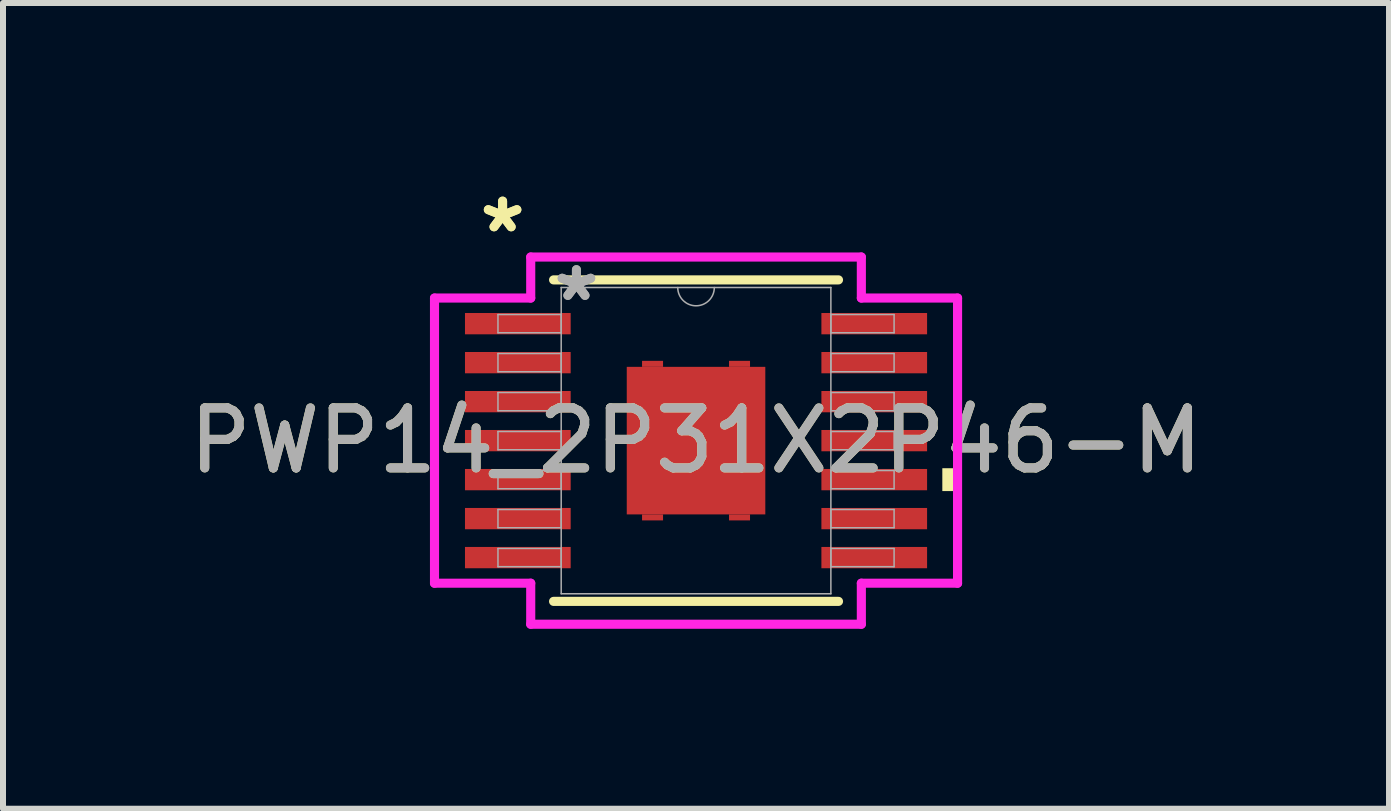
<source format=kicad_pcb>
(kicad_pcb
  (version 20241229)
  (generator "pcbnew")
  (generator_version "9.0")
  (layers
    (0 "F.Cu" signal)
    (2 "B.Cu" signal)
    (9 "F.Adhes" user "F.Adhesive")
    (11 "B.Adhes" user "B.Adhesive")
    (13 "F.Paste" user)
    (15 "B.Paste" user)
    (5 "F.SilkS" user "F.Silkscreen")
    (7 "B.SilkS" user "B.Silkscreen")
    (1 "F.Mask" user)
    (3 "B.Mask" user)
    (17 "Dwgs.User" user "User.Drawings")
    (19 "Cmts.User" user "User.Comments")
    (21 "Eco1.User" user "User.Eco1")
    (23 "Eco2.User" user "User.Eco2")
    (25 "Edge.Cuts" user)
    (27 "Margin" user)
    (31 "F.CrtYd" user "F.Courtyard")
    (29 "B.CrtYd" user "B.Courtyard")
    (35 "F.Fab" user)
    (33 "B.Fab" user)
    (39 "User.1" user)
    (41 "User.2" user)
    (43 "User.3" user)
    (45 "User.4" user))
  (footprint "PWP14_2P31X2P46-M"
    (layer "F.Cu")
    (at 8.554 4.296)
    (property "Reference" "PWP14_2P31X2P46-M" (at 0 0 0) (unlocked yes) (layer "F.SilkS") (effects (font (size 1 1) (thickness 0.15))))
    (attr smd)
    (fp_poly (pts (xy -0.55 -1.23) (xy -0.55 -1.33) (xy -0.9 -1.33) (xy -0.9 -1.23)) (stroke (width 0) (type solid)) (fill yes) (layer "F.Cu"))
    (fp_poly (pts (xy -0.55 1.23) (xy -0.55 1.33) (xy -0.9 1.33) (xy -0.9 1.23)) (stroke (width 0) (type solid)) (fill yes) (layer "F.Cu"))
    (fp_poly (pts (xy 0.55 -1.23) (xy 0.55 -1.33) (xy 0.9 -1.33) (xy 0.9 -1.23)) (stroke (width 0) (type solid)) (fill yes) (layer "F.Cu"))
    (fp_poly (pts (xy 0.55 1.23) (xy 0.55 1.33) (xy 0.9 1.33) (xy 0.9 1.23)) (stroke (width 0) (type solid)) (fill yes) (layer "F.Cu"))
    (fp_poly (pts (xy -0.55 -1.23) (xy -0.55 -1.33) (xy -0.9 -1.33) (xy -0.9 -1.23)) (stroke (width 0) (type solid)) (fill yes) (layer "F.Mask"))
    (fp_poly (pts (xy -0.55 1.23) (xy -0.55 1.33) (xy -0.9 1.33) (xy -0.9 1.23)) (stroke (width 0) (type solid)) (fill yes) (layer "F.Mask"))
    (fp_poly (pts (xy 0.55 -1.23) (xy 0.55 -1.33) (xy 0.9 -1.33) (xy 0.9 -1.23)) (stroke (width 0) (type solid)) (fill yes) (layer "F.Mask"))
    (fp_poly (pts (xy 0.55 1.23) (xy 0.55 1.33) (xy 0.9 1.33) (xy 0.9 1.23)) (stroke (width 0) (type solid)) (fill yes) (layer "F.Mask"))
    (fp_line (start -2.375 2.68) (end 2.375 2.68) (stroke (width 0.152) (type solid)) (layer "F.SilkS"))
    (fp_line (start 2.375 -2.68) (end -2.375 -2.68) (stroke (width 0.152) (type solid)) (layer "F.SilkS"))
    (fp_poly (pts (xy 4.36 0.46) (xy 4.36 0.841) (xy 4.106 0.841) (xy 4.106 0.46)) (stroke (width 0) (type solid)) (fill yes) (layer "F.SilkS"))
    (fp_line (start -4.36 -2.377) (end -2.756 -2.377) (stroke (width 0.152) (type solid)) (layer "F.CrtYd"))
    (fp_line (start -4.36 2.377) (end -4.36 -2.377) (stroke (width 0.152) (type solid)) (layer "F.CrtYd"))
    (fp_line (start -4.36 2.377) (end -2.756 2.377) (stroke (width 0.152) (type solid)) (layer "F.CrtYd"))
    (fp_line (start -2.756 -3.061) (end 2.756 -3.061) (stroke (width 0.152) (type solid)) (layer "F.CrtYd"))
    (fp_line (start -2.756 -2.377) (end -2.756 -3.061) (stroke (width 0.152) (type solid)) (layer "F.CrtYd"))
    (fp_line (start -2.756 3.061) (end -2.756 2.377) (stroke (width 0.152) (type solid)) (layer "F.CrtYd"))
    (fp_line (start 2.756 -3.061) (end 2.756 -2.377) (stroke (width 0.152) (type solid)) (layer "F.CrtYd"))
    (fp_line (start 2.756 2.377) (end 2.756 3.061) (stroke (width 0.152) (type solid)) (layer "F.CrtYd"))
    (fp_line (start 2.756 3.061) (end -2.756 3.061) (stroke (width 0.152) (type solid)) (layer "F.CrtYd"))
    (fp_line (start 4.36 -2.377) (end 2.756 -2.377) (stroke (width 0.152) (type solid)) (layer "F.CrtYd"))
    (fp_line (start 4.36 -2.377) (end 4.36 2.377) (stroke (width 0.152) (type solid)) (layer "F.CrtYd"))
    (fp_line (start 4.36 2.377) (end 2.756 2.377) (stroke (width 0.152) (type solid)) (layer "F.CrtYd"))
    (fp_line (start -3.302 -2.102) (end -3.302 -1.798) (stroke (width 0.025) (type solid)) (layer "F.Fab"))
    (fp_line (start -3.302 -1.798) (end -2.248 -1.798) (stroke (width 0.025) (type solid)) (layer "F.Fab"))
    (fp_line (start -3.302 -1.452) (end -3.302 -1.148) (stroke (width 0.025) (type solid)) (layer "F.Fab"))
    (fp_line (start -3.302 -1.148) (end -2.248 -1.148) (stroke (width 0.025) (type solid)) (layer "F.Fab"))
    (fp_line (start -3.302 -0.802) (end -3.302 -0.498) (stroke (width 0.025) (type solid)) (layer "F.Fab"))
    (fp_line (start -3.302 -0.498) (end -2.248 -0.498) (stroke (width 0.025) (type solid)) (layer "F.Fab"))
    (fp_line (start -3.302 -0.152) (end -3.302 0.152) (stroke (width 0.025) (type solid)) (layer "F.Fab"))
    (fp_line (start -3.302 0.152) (end -2.248 0.152) (stroke (width 0.025) (type solid)) (layer "F.Fab"))
    (fp_line (start -3.302 0.498) (end -3.302 0.802) (stroke (width 0.025) (type solid)) (layer "F.Fab"))
    (fp_line (start -3.302 0.802) (end -2.248 0.802) (stroke (width 0.025) (type solid)) (layer "F.Fab"))
    (fp_line (start -3.302 1.148) (end -3.302 1.452) (stroke (width 0.025) (type solid)) (layer "F.Fab"))
    (fp_line (start -3.302 1.452) (end -2.248 1.452) (stroke (width 0.025) (type solid)) (layer "F.Fab"))
    (fp_line (start -3.302 1.798) (end -3.302 2.102) (stroke (width 0.025) (type solid)) (layer "F.Fab"))
    (fp_line (start -3.302 2.102) (end -2.248 2.102) (stroke (width 0.025) (type solid)) (layer "F.Fab"))
    (fp_line (start -2.248 -2.553) (end -2.248 2.553) (stroke (width 0.025) (type solid)) (layer "F.Fab"))
    (fp_line (start -2.248 -2.102) (end -3.302 -2.102) (stroke (width 0.025) (type solid)) (layer "F.Fab"))
    (fp_line (start -2.248 -1.798) (end -2.248 -2.102) (stroke (width 0.025) (type solid)) (layer "F.Fab"))
    (fp_line (start -2.248 -1.452) (end -3.302 -1.452) (stroke (width 0.025) (type solid)) (layer "F.Fab"))
    (fp_line (start -2.248 -1.148) (end -2.248 -1.452) (stroke (width 0.025) (type solid)) (layer "F.Fab"))
    (fp_line (start -2.248 -0.802) (end -3.302 -0.802) (stroke (width 0.025) (type solid)) (layer "F.Fab"))
    (fp_line (start -2.248 -0.498) (end -2.248 -0.802) (stroke (width 0.025) (type solid)) (layer "F.Fab"))
    (fp_line (start -2.248 -0.152) (end -3.302 -0.152) (stroke (width 0.025) (type solid)) (layer "F.Fab"))
    (fp_line (start -2.248 0.152) (end -2.248 -0.152) (stroke (width 0.025) (type solid)) (layer "F.Fab"))
    (fp_line (start -2.248 0.498) (end -3.302 0.498) (stroke (width 0.025) (type solid)) (layer "F.Fab"))
    (fp_line (start -2.248 0.802) (end -2.248 0.498) (stroke (width 0.025) (type solid)) (layer "F.Fab"))
    (fp_line (start -2.248 1.148) (end -3.302 1.148) (stroke (width 0.025) (type solid)) (layer "F.Fab"))
    (fp_line (start -2.248 1.452) (end -2.248 1.148) (stroke (width 0.025) (type solid)) (layer "F.Fab"))
    (fp_line (start -2.248 1.798) (end -3.302 1.798) (stroke (width 0.025) (type solid)) (layer "F.Fab"))
    (fp_line (start -2.248 2.102) (end -2.248 1.798) (stroke (width 0.025) (type solid)) (layer "F.Fab"))
    (fp_line (start -2.248 2.553) (end 2.248 2.553) (stroke (width 0.025) (type solid)) (layer "F.Fab"))
    (fp_line (start 2.248 -2.553) (end -2.248 -2.553) (stroke (width 0.025) (type solid)) (layer "F.Fab"))
    (fp_line (start 2.248 -2.102) (end 2.248 -1.798) (stroke (width 0.025) (type solid)) (layer "F.Fab"))
    (fp_line (start 2.248 -1.798) (end 3.302 -1.798) (stroke (width 0.025) (type solid)) (layer "F.Fab"))
    (fp_line (start 2.248 -1.452) (end 2.248 -1.148) (stroke (width 0.025) (type solid)) (layer "F.Fab"))
    (fp_line (start 2.248 -1.148) (end 3.302 -1.148) (stroke (width 0.025) (type solid)) (layer "F.Fab"))
    (fp_line (start 2.248 -0.802) (end 2.248 -0.498) (stroke (width 0.025) (type solid)) (layer "F.Fab"))
    (fp_line (start 2.248 -0.498) (end 3.302 -0.498) (stroke (width 0.025) (type solid)) (layer "F.Fab"))
    (fp_line (start 2.248 -0.152) (end 2.248 0.152) (stroke (width 0.025) (type solid)) (layer "F.Fab"))
    (fp_line (start 2.248 0.152) (end 3.302 0.152) (stroke (width 0.025) (type solid)) (layer "F.Fab"))
    (fp_line (start 2.248 0.498) (end 2.248 0.802) (stroke (width 0.025) (type solid)) (layer "F.Fab"))
    (fp_line (start 2.248 0.802) (end 3.302 0.802) (stroke (width 0.025) (type solid)) (layer "F.Fab"))
    (fp_line (start 2.248 1.148) (end 2.248 1.452) (stroke (width 0.025) (type solid)) (layer "F.Fab"))
    (fp_line (start 2.248 1.452) (end 3.302 1.452) (stroke (width 0.025) (type solid)) (layer "F.Fab"))
    (fp_line (start 2.248 1.798) (end 2.248 2.102) (stroke (width 0.025) (type solid)) (layer "F.Fab"))
    (fp_line (start 2.248 2.102) (end 3.302 2.102) (stroke (width 0.025) (type solid)) (layer "F.Fab"))
    (fp_line (start 2.248 2.553) (end 2.248 -2.553) (stroke (width 0.025) (type solid)) (layer "F.Fab"))
    (fp_line (start 3.302 -2.102) (end 2.248 -2.102) (stroke (width 0.025) (type solid)) (layer "F.Fab"))
    (fp_line (start 3.302 -1.798) (end 3.302 -2.102) (stroke (width 0.025) (type solid)) (layer "F.Fab"))
    (fp_line (start 3.302 -1.452) (end 2.248 -1.452) (stroke (width 0.025) (type solid)) (layer "F.Fab"))
    (fp_line (start 3.302 -1.148) (end 3.302 -1.452) (stroke (width 0.025) (type solid)) (layer "F.Fab"))
    (fp_line (start 3.302 -0.802) (end 2.248 -0.802) (stroke (width 0.025) (type solid)) (layer "F.Fab"))
    (fp_line (start 3.302 -0.498) (end 3.302 -0.802) (stroke (width 0.025) (type solid)) (layer "F.Fab"))
    (fp_line (start 3.302 -0.152) (end 2.248 -0.152) (stroke (width 0.025) (type solid)) (layer "F.Fab"))
    (fp_line (start 3.302 0.152) (end 3.302 -0.152) (stroke (width 0.025) (type solid)) (layer "F.Fab"))
    (fp_line (start 3.302 0.498) (end 2.248 0.498) (stroke (width 0.025) (type solid)) (layer "F.Fab"))
    (fp_line (start 3.302 0.802) (end 3.302 0.498) (stroke (width 0.025) (type solid)) (layer "F.Fab"))
    (fp_line (start 3.302 1.148) (end 2.248 1.148) (stroke (width 0.025) (type solid)) (layer "F.Fab"))
    (fp_line (start 3.302 1.452) (end 3.302 1.148) (stroke (width 0.025) (type solid)) (layer "F.Fab"))
    (fp_line (start 3.302 1.798) (end 2.248 1.798) (stroke (width 0.025) (type solid)) (layer "F.Fab"))
    (fp_line (start 3.302 2.102) (end 3.302 1.798) (stroke (width 0.025) (type solid)) (layer "F.Fab"))
    (fp_arc (start 0.3048 -2.5527) (mid 0 -2.2479) (end -0.3048 -2.5527) (stroke (width 0.0254) (type solid)) (layer "F.Fab"))
    (fp_text user "*" (at -3.225 -3.448 0) (unlocked yes) (layer "F.SilkS") (effects (font (size 1 1) (thickness 0.15))))
    (fp_text user "*" (at -3.225 -3.448 0) (layer "F.SilkS") (effects (font (size 1 1) (thickness 0.15))))
    (fp_text user "*" (at -1.994 -2.305 0) (layer "F.Fab") (effects (font (size 1 1) (thickness 0.15))))
    (fp_text user "*" (at -1.994 -2.305 0) (unlocked yes) (layer "F.Fab") (effects (font (size 1 1) (thickness 0.15))))
    (fp_text user "${REFERENCE}" (at 0 0 0) (unlocked yes) (layer "F.Fab") (effects (font (size 1 1) (thickness 0.15))))
    (pad "1" smd rect (at -2.971 -1.95) (size 1.762 0.355) (layers "F.Cu" "F.Mask" "F.Paste"))
    (pad "2" smd rect (at -2.971 -1.3) (size 1.762 0.355) (layers "F.Cu" "F.Mask" "F.Paste"))
    (pad "3" smd rect (at -2.971 -0.65) (size 1.762 0.355) (layers "F.Cu" "F.Mask" "F.Paste"))
    (pad "4" smd rect (at -2.971 0) (size 1.762 0.355) (layers "F.Cu" "F.Mask" "F.Paste"))
    (pad "5" smd rect (at -2.971 0.65) (size 1.762 0.355) (layers "F.Cu" "F.Mask" "F.Paste"))
    (pad "6" smd rect (at -2.971 1.3) (size 1.762 0.355) (layers "F.Cu" "F.Mask" "F.Paste"))
    (pad "7" smd rect (at -2.971 1.95) (size 1.762 0.355) (layers "F.Cu" "F.Mask" "F.Paste"))
    (pad "8" smd rect (at 2.971 1.95) (size 1.762 0.355) (layers "F.Cu" "F.Mask" "F.Paste"))
    (pad "9" smd rect (at 2.971 1.3) (size 1.762 0.355) (layers "F.Cu" "F.Mask" "F.Paste"))
    (pad "10" smd rect (at 2.971 0.65) (size 1.762 0.355) (layers "F.Cu" "F.Mask" "F.Paste"))
    (pad "11" smd rect (at 2.971 0) (size 1.762 0.355) (layers "F.Cu" "F.Mask" "F.Paste"))
    (pad "12" smd rect (at 2.971 -0.65) (size 1.762 0.355) (layers "F.Cu" "F.Mask" "F.Paste"))
    (pad "13" smd rect (at 2.971 -1.3) (size 1.762 0.355) (layers "F.Cu" "F.Mask" "F.Paste"))
    (pad "14" smd rect (at 2.971 -1.95) (size 1.762 0.355) (layers "F.Cu" "F.Mask" "F.Paste"))
    (pad "15" smd rect (at 0 0) (size 2.31 2.46) (layers "F.Cu" "F.Mask" "F.Paste")))
  (gr_rect
    (start -3 -3)
    (end 20.107 10.433)
    (stroke (width 0.1) (type default))
    (fill no)
    (layer "Edge.Cuts")))
</source>
